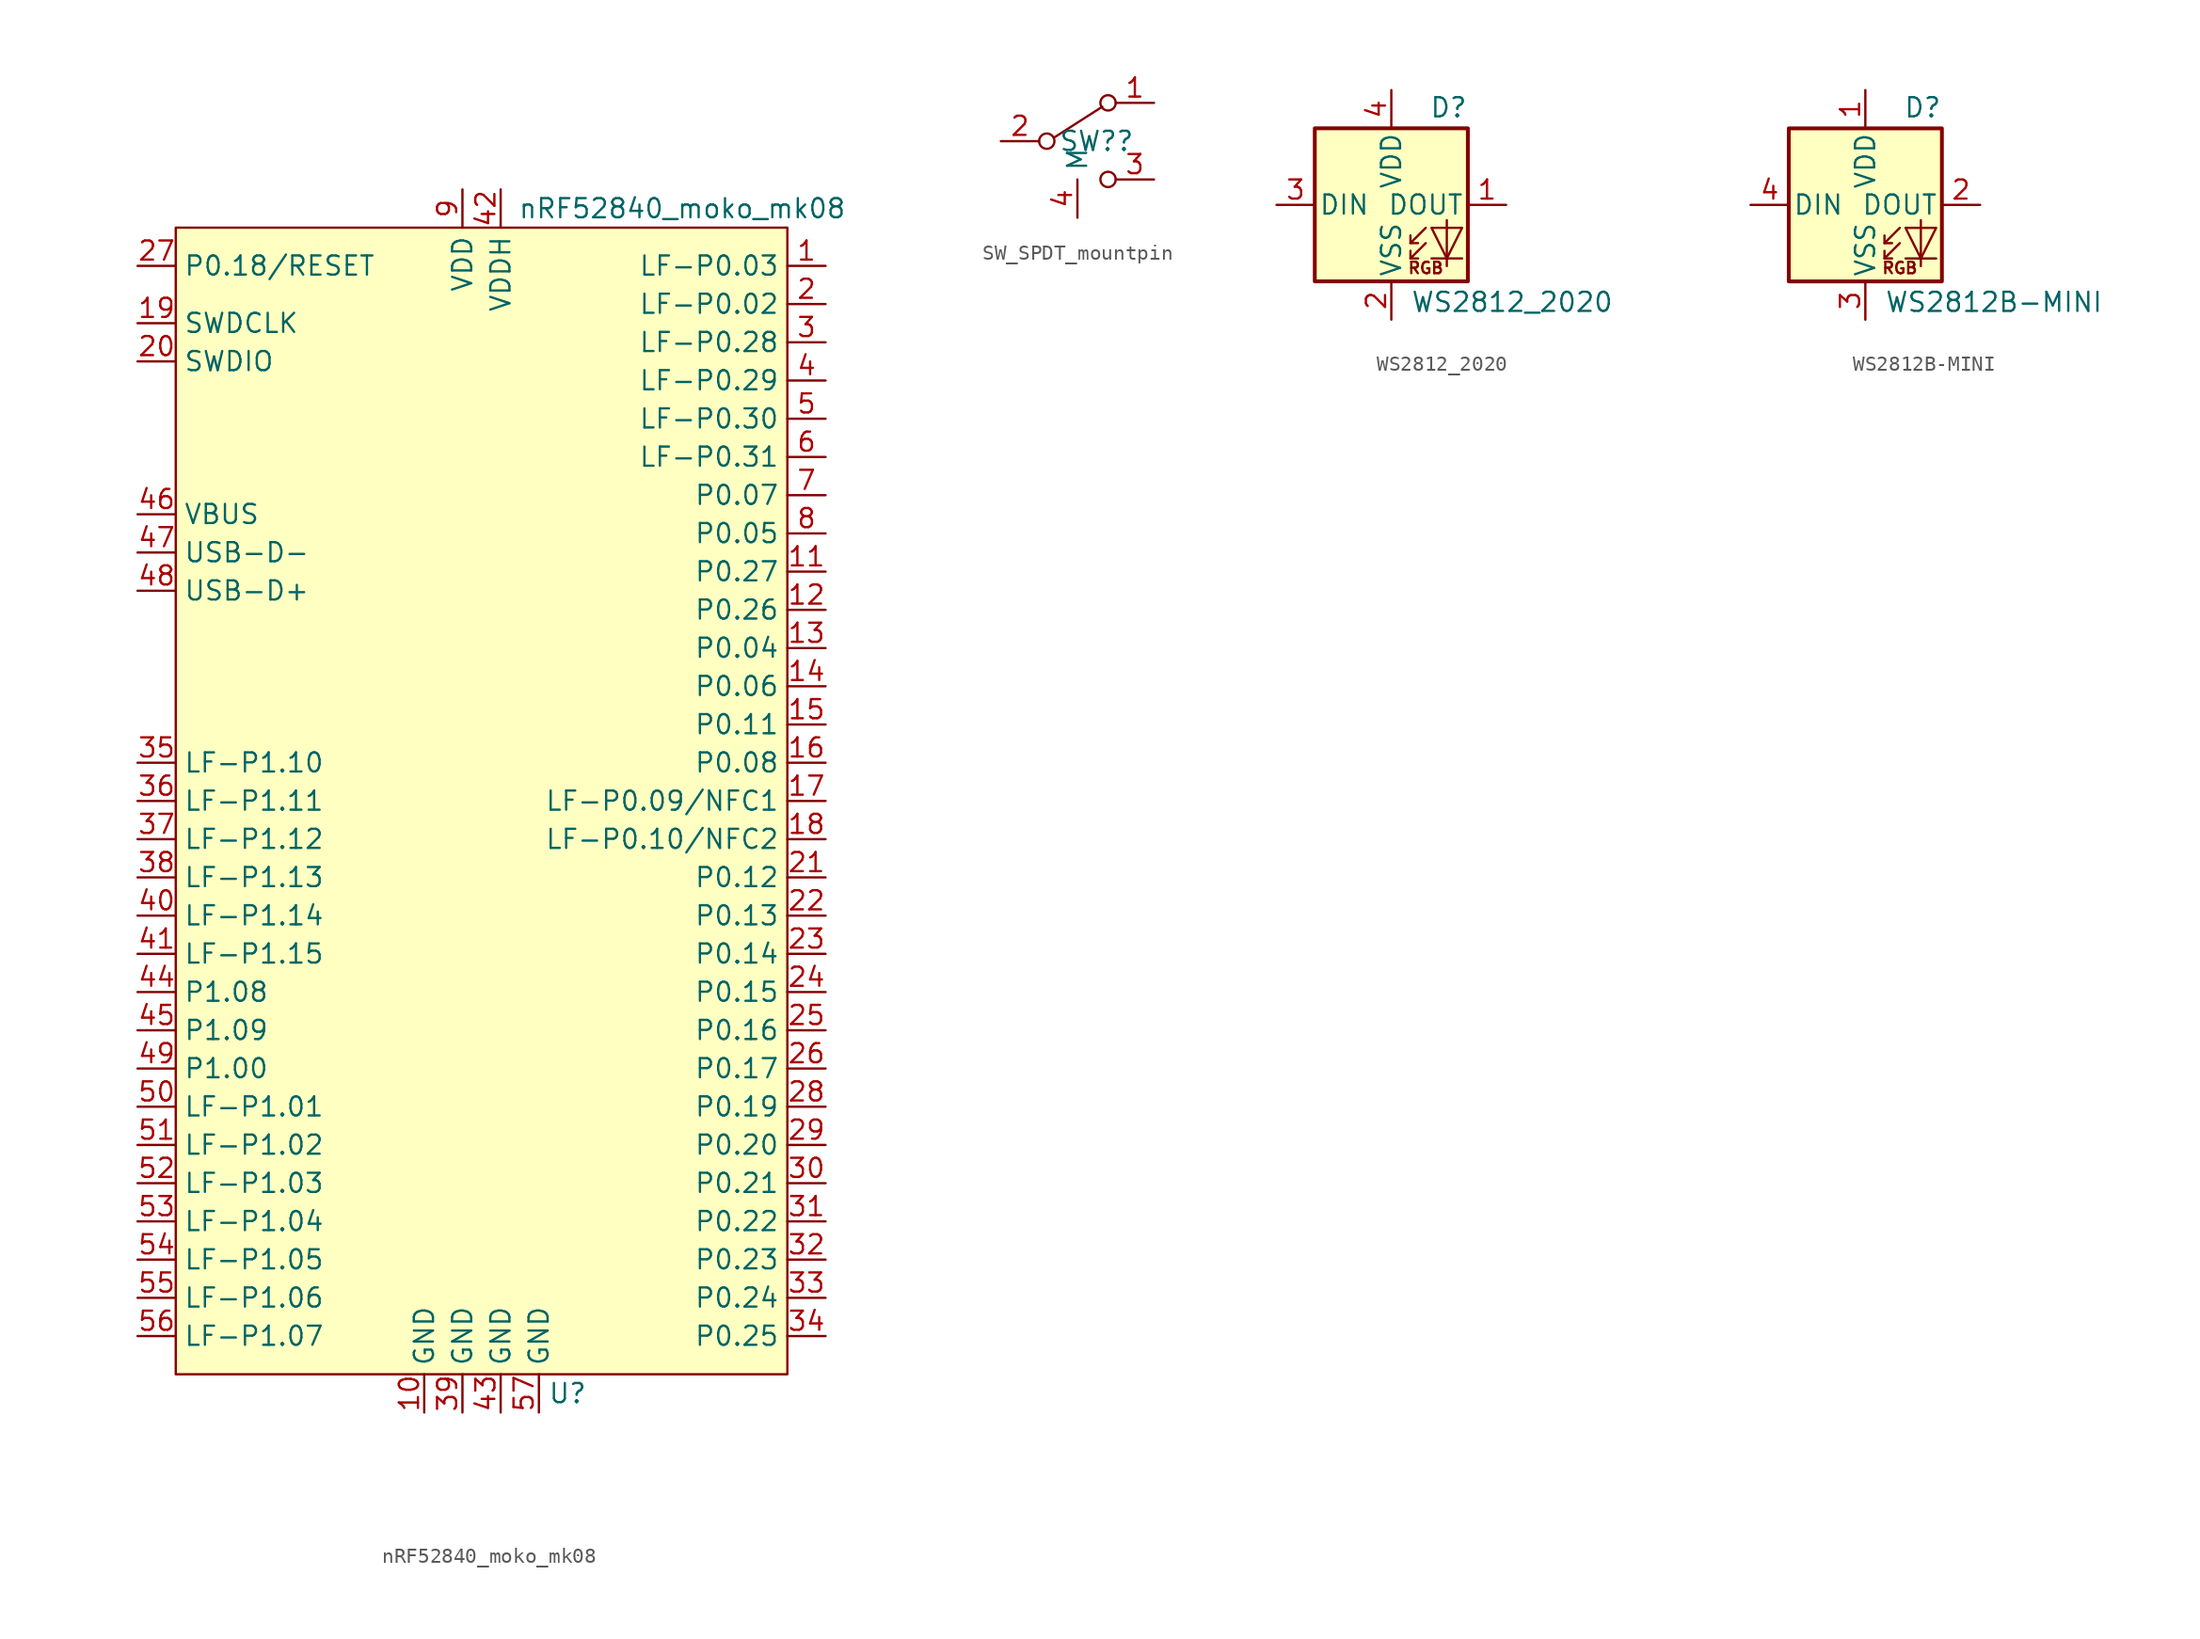
<source format=kicad_sym>
(kicad_symbol_lib
  (version 20220914)
  (generator kicad_symbol_editor)
  (symbol "nRF52840_moko_mk08"
    (property "Reference" "U"
      (at 5.715 -39.37 0)
      (effects (font (size 1.27 1.27))))
    (property "Value" "nRF52840_moko_mk08"
      (at 13.335 39.37 0)
      (effects (font (size 1.27 1.27))))
    (symbol "nRF52840_moko_mk08_0_0"
      (pin bidirectional line (at 22.86 35.56 180) (length 2.54) (name "LF-P0.03" (effects (font (size 1.27 1.27)))) (number "1" (effects (font (size 1.27 1.27)))))
      (pin power_in line (at -3.81 -40.64 90) (length 2.54) (name "GND" (effects (font (size 1.27 1.27)))) (number "10" (effects (font (size 1.27 1.27)))))
      (pin bidirectional line (at 22.86 15.24 180) (length 2.54) (name "P0.27" (effects (font (size 1.27 1.27)))) (number "11" (effects (font (size 1.27 1.27)))))
      (pin bidirectional line (at 22.86 12.7 180) (length 2.54) (name "P0.26" (effects (font (size 1.27 1.27)))) (number "12" (effects (font (size 1.27 1.27)))))
      (pin bidirectional line (at 22.86 10.16 180) (length 2.54) (name "P0.04" (effects (font (size 1.27 1.27)))) (number "13" (effects (font (size 1.27 1.27)))))
      (pin bidirectional line (at 22.86 7.62 180) (length 2.54) (name "P0.06" (effects (font (size 1.27 1.27)))) (number "14" (effects (font (size 1.27 1.27)))))
      (pin bidirectional line (at 22.86 5.08 180) (length 2.54) (name "P0.11" (effects (font (size 1.27 1.27)))) (number "15" (effects (font (size 1.27 1.27)))))
      (pin bidirectional line (at 22.86 2.54 180) (length 2.54) (name "P0.08" (effects (font (size 1.27 1.27)))) (number "16" (effects (font (size 1.27 1.27)))))
      (pin bidirectional line (at 22.86 0 180) (length 2.54) (name "LF-P0.09/NFC1" (effects (font (size 1.27 1.27)))) (number "17" (effects (font (size 1.27 1.27)))))
      (pin bidirectional line (at 22.86 -2.54 180) (length 2.54) (name "LF-P0.10/NFC2" (effects (font (size 1.27 1.27)))) (number "18" (effects (font (size 1.27 1.27)))))
      (pin bidirectional line (at -22.86 31.75 0) (length 2.54) (name "SWDCLK" (effects (font (size 1.27 1.27)))) (number "19" (effects (font (size 1.27 1.27)))))
      (pin bidirectional line (at 22.86 33.02 180) (length 2.54) (name "LF-P0.02" (effects (font (size 1.27 1.27)))) (number "2" (effects (font (size 1.27 1.27)))))
      (pin bidirectional line (at -22.86 29.21 0) (length 2.54) (name "SWDIO" (effects (font (size 1.27 1.27)))) (number "20" (effects (font (size 1.27 1.27)))))
      (pin bidirectional line (at 22.86 -5.08 180) (length 2.54) (name "P0.12" (effects (font (size 1.27 1.27)))) (number "21" (effects (font (size 1.27 1.27)))))
      (pin bidirectional line (at 22.86 -7.62 180) (length 2.54) (name "P0.13" (effects (font (size 1.27 1.27)))) (number "22" (effects (font (size 1.27 1.27)))))
      (pin bidirectional line (at 22.86 -10.16 180) (length 2.54) (name "P0.14" (effects (font (size 1.27 1.27)))) (number "23" (effects (font (size 1.27 1.27)))))
      (pin bidirectional line (at 22.86 -12.7 180) (length 2.54) (name "P0.15" (effects (font (size 1.27 1.27)))) (number "24" (effects (font (size 1.27 1.27)))))
      (pin bidirectional line (at 22.86 -15.24 180) (length 2.54) (name "P0.16" (effects (font (size 1.27 1.27)))) (number "25" (effects (font (size 1.27 1.27)))))
      (pin bidirectional line (at 22.86 -17.78 180) (length 2.54) (name "P0.17" (effects (font (size 1.27 1.27)))) (number "26" (effects (font (size 1.27 1.27)))))
      (pin input line (at -22.86 35.56 0) (length 2.54) (name "P0.18/RESET" (effects (font (size 1.27 1.27)))) (number "27" (effects (font (size 1.27 1.27)))))
      (pin bidirectional line (at 22.86 -20.32 180) (length 2.54) (name "P0.19" (effects (font (size 1.27 1.27)))) (number "28" (effects (font (size 1.27 1.27)))))
      (pin bidirectional line (at 22.86 -22.86 180) (length 2.54) (name "P0.20" (effects (font (size 1.27 1.27)))) (number "29" (effects (font (size 1.27 1.27)))))
      (pin bidirectional line (at 22.86 30.48 180) (length 2.54) (name "LF-P0.28" (effects (font (size 1.27 1.27)))) (number "3" (effects (font (size 1.27 1.27)))))
      (pin bidirectional line (at 22.86 -25.4 180) (length 2.54) (name "P0.21" (effects (font (size 1.27 1.27)))) (number "30" (effects (font (size 1.27 1.27)))))
      (pin bidirectional line (at 22.86 -27.94 180) (length 2.54) (name "P0.22" (effects (font (size 1.27 1.27)))) (number "31" (effects (font (size 1.27 1.27)))))
      (pin bidirectional line (at 22.86 -30.48 180) (length 2.54) (name "P0.23" (effects (font (size 1.27 1.27)))) (number "32" (effects (font (size 1.27 1.27)))))
      (pin bidirectional line (at 22.86 -33.02 180) (length 2.54) (name "P0.24" (effects (font (size 1.27 1.27)))) (number "33" (effects (font (size 1.27 1.27)))))
      (pin bidirectional line (at 22.86 -35.56 180) (length 2.54) (name "P0.25" (effects (font (size 1.27 1.27)))) (number "34" (effects (font (size 1.27 1.27)))))
      (pin bidirectional line (at -22.86 2.54 0) (length 2.54) (name "LF-P1.10" (effects (font (size 1.27 1.27)))) (number "35" (effects (font (size 1.27 1.27)))))
      (pin bidirectional line (at -22.86 0 0) (length 2.54) (name "LF-P1.11" (effects (font (size 1.27 1.27)))) (number "36" (effects (font (size 1.27 1.27)))))
      (pin bidirectional line (at -22.86 -2.54 0) (length 2.54) (name "LF-P1.12" (effects (font (size 1.27 1.27)))) (number "37" (effects (font (size 1.27 1.27)))))
      (pin bidirectional line (at -22.86 -5.08 0) (length 2.54) (name "LF-P1.13" (effects (font (size 1.27 1.27)))) (number "38" (effects (font (size 1.27 1.27)))))
      (pin power_in line (at -1.27 -40.64 90) (length 2.54) (name "GND" (effects (font (size 1.27 1.27)))) (number "39" (effects (font (size 1.27 1.27)))))
      (pin bidirectional line (at 22.86 27.94 180) (length 2.54) (name "LF-P0.29" (effects (font (size 1.27 1.27)))) (number "4" (effects (font (size 1.27 1.27)))))
      (pin bidirectional line (at -22.86 -7.62 0) (length 2.54) (name "LF-P1.14" (effects (font (size 1.27 1.27)))) (number "40" (effects (font (size 1.27 1.27)))))
      (pin bidirectional line (at -22.86 -10.16 0) (length 2.54) (name "LF-P1.15" (effects (font (size 1.27 1.27)))) (number "41" (effects (font (size 1.27 1.27)))))
      (pin power_in line (at 1.27 40.64 270) (length 2.54) (name "VDDH" (effects (font (size 1.27 1.27)))) (number "42" (effects (font (size 1.27 1.27)))))
      (pin power_in line (at 1.27 -40.64 90) (length 2.54) (name "GND" (effects (font (size 1.27 1.27)))) (number "43" (effects (font (size 1.27 1.27)))))
      (pin bidirectional line (at -22.86 -12.7 0) (length 2.54) (name "P1.08" (effects (font (size 1.27 1.27)))) (number "44" (effects (font (size 1.27 1.27)))))
      (pin bidirectional line (at -22.86 -15.24 0) (length 2.54) (name "P1.09" (effects (font (size 1.27 1.27)))) (number "45" (effects (font (size 1.27 1.27)))))
      (pin power_in line (at -22.86 19.05 0) (length 2.54) (name "VBUS" (effects (font (size 1.27 1.27)))) (number "46" (effects (font (size 1.27 1.27)))))
      (pin bidirectional line (at -22.86 16.51 0) (length 2.54) (name "USB-D-" (effects (font (size 1.27 1.27)))) (number "47" (effects (font (size 1.27 1.27)))))
      (pin bidirectional line (at -22.86 13.97 0) (length 2.54) (name "USB-D+" (effects (font (size 1.27 1.27)))) (number "48" (effects (font (size 1.27 1.27)))))
      (pin bidirectional line (at -22.86 -17.78 0) (length 2.54) (name "P1.00" (effects (font (size 1.27 1.27)))) (number "49" (effects (font (size 1.27 1.27)))))
      (pin bidirectional line (at 22.86 25.4 180) (length 2.54) (name "LF-P0.30" (effects (font (size 1.27 1.27)))) (number "5" (effects (font (size 1.27 1.27)))))
      (pin bidirectional line (at -22.86 -20.32 0) (length 2.54) (name "LF-P1.01" (effects (font (size 1.27 1.27)))) (number "50" (effects (font (size 1.27 1.27)))))
      (pin bidirectional line (at -22.86 -22.86 0) (length 2.54) (name "LF-P1.02" (effects (font (size 1.27 1.27)))) (number "51" (effects (font (size 1.27 1.27)))))
      (pin bidirectional line (at -22.86 -25.4 0) (length 2.54) (name "LF-P1.03" (effects (font (size 1.27 1.27)))) (number "52" (effects (font (size 1.27 1.27)))))
      (pin bidirectional line (at -22.86 -27.94 0) (length 2.54) (name "LF-P1.04" (effects (font (size 1.27 1.27)))) (number "53" (effects (font (size 1.27 1.27)))))
      (pin bidirectional line (at -22.86 -30.48 0) (length 2.54) (name "LF-P1.05" (effects (font (size 1.27 1.27)))) (number "54" (effects (font (size 1.27 1.27)))))
      (pin bidirectional line (at -22.86 -33.02 0) (length 2.54) (name "LF-P1.06" (effects (font (size 1.27 1.27)))) (number "55" (effects (font (size 1.27 1.27)))))
      (pin bidirectional line (at -22.86 -35.56 0) (length 2.54) (name "LF-P1.07" (effects (font (size 1.27 1.27)))) (number "56" (effects (font (size 1.27 1.27)))))
      (pin power_in line (at 3.81 -40.64 90) (length 2.54) (name "GND" (effects (font (size 1.27 1.27)))) (number "57" (effects (font (size 1.27 1.27)))))
      (pin bidirectional line (at 22.86 22.86 180) (length 2.54) (name "LF-P0.31" (effects (font (size 1.27 1.27)))) (number "6" (effects (font (size 1.27 1.27)))))
      (pin bidirectional line (at 22.86 20.32 180) (length 2.54) (name "P0.07" (effects (font (size 1.27 1.27)))) (number "7" (effects (font (size 1.27 1.27)))))
      (pin bidirectional line (at 22.86 17.78 180) (length 2.54) (name "P0.05" (effects (font (size 1.27 1.27)))) (number "8" (effects (font (size 1.27 1.27)))))
      (pin power_in line (at -1.27 40.64 270) (length 2.54) (name "VDD" (effects (font (size 1.27 1.27)))) (number "9" (effects (font (size 1.27 1.27))))))
    (symbol "nRF52840_moko_mk08_0_1"
      (rectangle (start -20.32 38.1) (end 20.32 -38.1) (stroke (width 0.152) (type default)) (fill (type background)))))
  (symbol "SW_SPDT_mountpin"
    (property "Reference" "SW?"
      (at 0 0 0)
      (effects (font (size 1.27 1.27))))
    (property "Value" ""
      (at 0 0 0)
      (effects (font (size 1.27 1.27))))
    (symbol "SW_SPDT_mountpin_0_0"
      (circle (center -3.302 0) (radius 0.508) (stroke (width 0) (type default)) (fill (type none)))
      (circle (center 0.762 -2.54) (radius 0.508) (stroke (width 0) (type default)) (fill (type none))))
    (symbol "SW_SPDT_mountpin_0_1"
      (polyline (pts (xy -2.794 0.254) (xy 0.381 2.286)) (stroke (width 0) (type default)) (fill (type none)))
      (circle (center 0.762 2.54) (radius 0.508) (stroke (width 0) (type default)) (fill (type none))))
    (symbol "SW_SPDT_mountpin_1_1"
      (pin passive line (at 3.81 2.54 180) (length 2.54) (name "" (effects (font (size 1.27 1.27)))) (number "1" (effects (font (size 1.27 1.27)))))
      (pin passive line (at -6.35 0 0) (length 2.54) (name "" (effects (font (size 1.27 1.27)))) (number "2" (effects (font (size 1.27 1.27)))))
      (pin passive line (at 3.81 -2.54 180) (length 2.54) (name "" (effects (font (size 1.27 1.27)))) (number "3" (effects (font (size 1.27 1.27)))))
      (pin passive line (at -1.27 -5.08 90) (length 2.54) (name "M" (effects (font (size 1.27 1.27)))) (number "4" (effects (font (size 1.27 1.27)))))))
  (symbol "WS2812_2020"
    (pin_names
      (offset 0.254))
    (property "Reference" "D"
      (at 5.08 5.715 0)
      (effects (font (size 1.27 1.27)) (justify right bottom)))
    (property "Value" "WS2812_2020"
      (at 1.27 -5.715 0)
      (effects (font (size 1.27 1.27)) (justify left top)))
    (symbol "WS2812_2020_0_0"
      (text "RGB" (at 2.286 -4.191 0) (effects (font (size 0.762 0.762)))))
    (symbol "WS2812_2020_0_1"
      (polyline (pts (xy 1.27 -3.556) (xy 1.778 -3.556)) (stroke (width 0) (type default)) (fill (type none)))
      (polyline (pts (xy 1.27 -2.54) (xy 1.778 -2.54)) (stroke (width 0) (type default)) (fill (type none)))
      (polyline (pts (xy 4.699 -3.556) (xy 2.667 -3.556)) (stroke (width 0) (type default)) (fill (type none)))
      (polyline (pts (xy 2.286 -2.54) (xy 1.27 -3.556) (xy 1.27 -3.048)) (stroke (width 0) (type default)) (fill (type none)))
      (polyline (pts (xy 2.286 -1.524) (xy 1.27 -2.54) (xy 1.27 -2.032)) (stroke (width 0) (type default)) (fill (type none)))
      (polyline (pts (xy 3.683 -1.016) (xy 3.683 -3.556) (xy 3.683 -4.064)) (stroke (width 0) (type default)) (fill (type none)))
      (polyline (pts (xy 4.699 -1.524) (xy 2.667 -1.524) (xy 3.683 -3.556) (xy 4.699 -1.524)) (stroke (width 0) (type default)) (fill (type none)))
      (rectangle (start 5.08 5.08) (end -5.08 -5.08) (stroke (width 0.254) (type default)) (fill (type background))))
    (symbol "WS2812_2020_1_1"
      (pin output line (at 7.62 0 180) (length 2.54) (name "DOUT" (effects (font (size 1.27 1.27)))) (number "1" (effects (font (size 1.27 1.27)))))
      (pin power_in line (at 0 -7.62 90) (length 2.54) (name "VSS" (effects (font (size 1.27 1.27)))) (number "2" (effects (font (size 1.27 1.27)))))
      (pin input line (at -7.62 0 0) (length 2.54) (name "DIN" (effects (font (size 1.27 1.27)))) (number "3" (effects (font (size 1.27 1.27)))))
      (pin power_in line (at 0 7.62 270) (length 2.54) (name "VDD" (effects (font (size 1.27 1.27)))) (number "4" (effects (font (size 1.27 1.27)))))))
  (symbol "WS2812B-MINI"
    (pin_names
      (offset 0.254))
    (property "Reference" "D"
      (at 5.08 5.715 0)
      (effects (font (size 1.27 1.27)) (justify right bottom)))
    (property "Value" "WS2812B-MINI"
      (at 1.27 -5.715 0)
      (effects (font (size 1.27 1.27)) (justify left top)))
    (symbol "WS2812B-MINI_0_0"
      (text "RGB" (at 2.286 -4.191 0) (effects (font (size 0.762 0.762)))))
    (symbol "WS2812B-MINI_0_1"
      (polyline (pts (xy 1.27 -3.556) (xy 1.778 -3.556)) (stroke (width 0) (type default)) (fill (type none)))
      (polyline (pts (xy 1.27 -2.54) (xy 1.778 -2.54)) (stroke (width 0) (type default)) (fill (type none)))
      (polyline (pts (xy 4.699 -3.556) (xy 2.667 -3.556)) (stroke (width 0) (type default)) (fill (type none)))
      (polyline (pts (xy 2.286 -2.54) (xy 1.27 -3.556) (xy 1.27 -3.048)) (stroke (width 0) (type default)) (fill (type none)))
      (polyline (pts (xy 2.286 -1.524) (xy 1.27 -2.54) (xy 1.27 -2.032)) (stroke (width 0) (type default)) (fill (type none)))
      (polyline (pts (xy 3.683 -1.016) (xy 3.683 -3.556) (xy 3.683 -4.064)) (stroke (width 0) (type default)) (fill (type none)))
      (polyline (pts (xy 4.699 -1.524) (xy 2.667 -1.524) (xy 3.683 -3.556) (xy 4.699 -1.524)) (stroke (width 0) (type default)) (fill (type none)))
      (rectangle (start 5.08 5.08) (end -5.08 -5.08) (stroke (width 0.254) (type default)) (fill (type background))))
    (symbol "WS2812B-MINI_1_1"
      (pin power_in line (at 0 7.62 270) (length 2.54) (name "VDD" (effects (font (size 1.27 1.27)))) (number "1" (effects (font (size 1.27 1.27)))))
      (pin output line (at 7.62 0 180) (length 2.54) (name "DOUT" (effects (font (size 1.27 1.27)))) (number "2" (effects (font (size 1.27 1.27)))))
      (pin power_in line (at 0 -7.62 90) (length 2.54) (name "VSS" (effects (font (size 1.27 1.27)))) (number "3" (effects (font (size 1.27 1.27)))))
      (pin input line (at -7.62 0 0) (length 2.54) (name "DIN" (effects (font (size 1.27 1.27)))) (number "4" (effects (font (size 1.27 1.27))))))))
</source>
